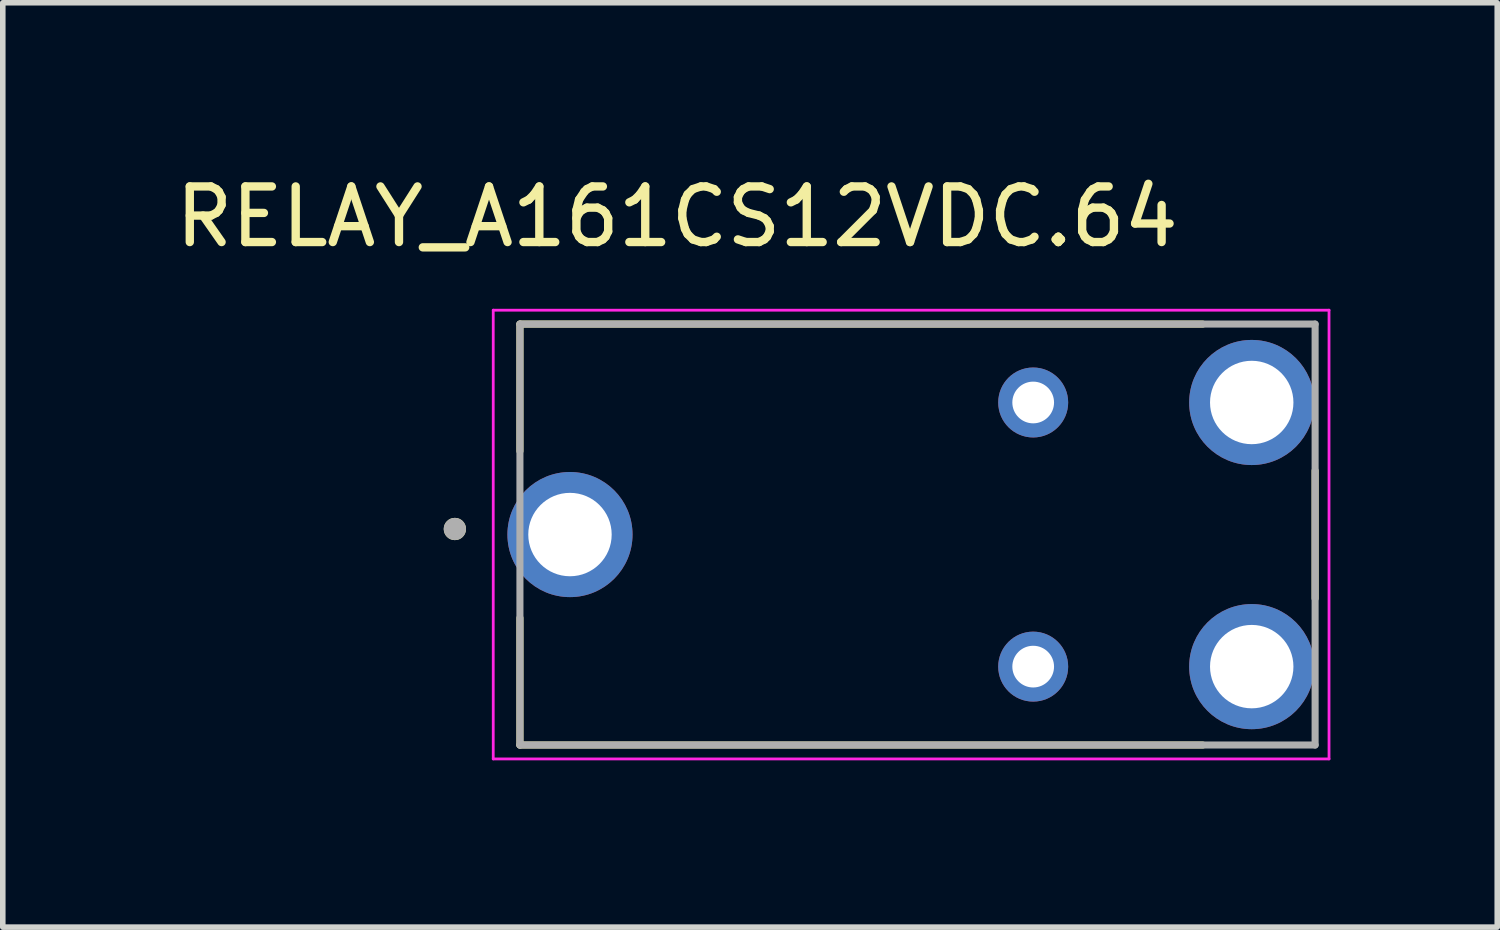
<source format=kicad_pcb>
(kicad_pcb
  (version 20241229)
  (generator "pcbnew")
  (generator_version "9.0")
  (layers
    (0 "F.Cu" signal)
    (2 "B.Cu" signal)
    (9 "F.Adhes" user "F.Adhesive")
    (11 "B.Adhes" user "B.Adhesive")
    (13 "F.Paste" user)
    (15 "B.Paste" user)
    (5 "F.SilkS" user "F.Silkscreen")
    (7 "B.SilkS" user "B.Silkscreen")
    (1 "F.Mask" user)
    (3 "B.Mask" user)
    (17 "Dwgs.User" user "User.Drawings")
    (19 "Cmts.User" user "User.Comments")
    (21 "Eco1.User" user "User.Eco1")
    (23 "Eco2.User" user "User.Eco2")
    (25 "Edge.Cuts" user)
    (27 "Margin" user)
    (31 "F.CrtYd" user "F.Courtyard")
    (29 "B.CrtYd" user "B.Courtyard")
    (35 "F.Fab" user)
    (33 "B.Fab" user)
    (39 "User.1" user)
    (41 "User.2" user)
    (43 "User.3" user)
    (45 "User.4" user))
  (footprint "RELAY_A161CS12VDC.64"
    (layer "F.Cu")
    (at 13.45 6.563)
    (property "Reference" "RELAY_A161CS12VDC.64" (at -4.325 -5.715 0) (layer "F.SilkS") (effects (font (size 1 1) (thickness 0.15))))
    (attr through_hole)
    (fp_line (start -7.15 -3.785) (end 5.13 -3.785) (stroke (width 0.127) (type solid)) (layer "F.SilkS"))
    (fp_line (start -7.15 -1.5) (end -7.15 -3.785) (stroke (width 0.127) (type solid)) (layer "F.SilkS"))
    (fp_line (start -7.15 3.785) (end -7.15 1.5) (stroke (width 0.127) (type solid)) (layer "F.SilkS"))
    (fp_line (start 5.13 3.785) (end -7.15 3.785) (stroke (width 0.127) (type solid)) (layer "F.SilkS"))
    (fp_line (start 7.15 1.15) (end 7.15 -1.15) (stroke (width 0.127) (type solid)) (layer "F.SilkS"))
    (fp_circle (center -8.32 -0.1) (end -8.22 -0.1) (stroke (width 0.2) (type solid)) (fill no) (layer "F.SilkS"))
    (fp_line (start -7.63 -4.035) (end 7.4 -4.035) (stroke (width 0.05) (type solid)) (layer "F.CrtYd"))
    (fp_line (start -7.63 4.035) (end -7.63 -4.035) (stroke (width 0.05) (type solid)) (layer "F.CrtYd"))
    (fp_line (start 7.4 -4.035) (end 7.4 4.035) (stroke (width 0.05) (type solid)) (layer "F.CrtYd"))
    (fp_line (start 7.4 4.035) (end -7.63 4.035) (stroke (width 0.05) (type solid)) (layer "F.CrtYd"))
    (fp_line (start -7.15 -3.785) (end 7.15 -3.785) (stroke (width 0.127) (type solid)) (layer "F.Fab"))
    (fp_line (start -7.15 3.785) (end -7.15 -3.785) (stroke (width 0.127) (type solid)) (layer "F.Fab"))
    (fp_line (start 7.15 -3.785) (end 7.15 3.785) (stroke (width 0.127) (type solid)) (layer "F.Fab"))
    (fp_line (start 7.15 3.785) (end -7.15 3.785) (stroke (width 0.127) (type solid)) (layer "F.Fab"))
    (fp_circle (center -8.32 -0.1) (end -8.22 -0.1) (stroke (width 0.2) (type solid)) (fill no) (layer "F.Fab"))
    (pad "A1" thru_hole circle (at 2.08 -2.375) (size 1.258 1.258) (drill 0.75) (layers "*.Cu" "*.Mask"))
    (pad "A2" thru_hole circle (at 2.08 2.375) (size 1.258 1.258) (drill 0.75) (layers "*.Cu" "*.Mask"))
    (pad "COM" thru_hole circle (at -6.25 0) (size 2.25 2.25) (drill 1.5) (layers "*.Cu" "*.Mask"))
    (pad "NC" thru_hole circle (at 6.01 -2.375) (size 2.25 2.25) (drill 1.5) (layers "*.Cu" "*.Mask"))
    (pad "NO" thru_hole circle (at 6.01 2.375) (size 2.25 2.25) (drill 1.5) (layers "*.Cu" "*.Mask")))
  (gr_rect
    (start -3 -3)
    (end 23.875 13.623)
    (stroke (width 0.1) (type default))
    (fill no)
    (layer "Edge.Cuts")))
</source>
